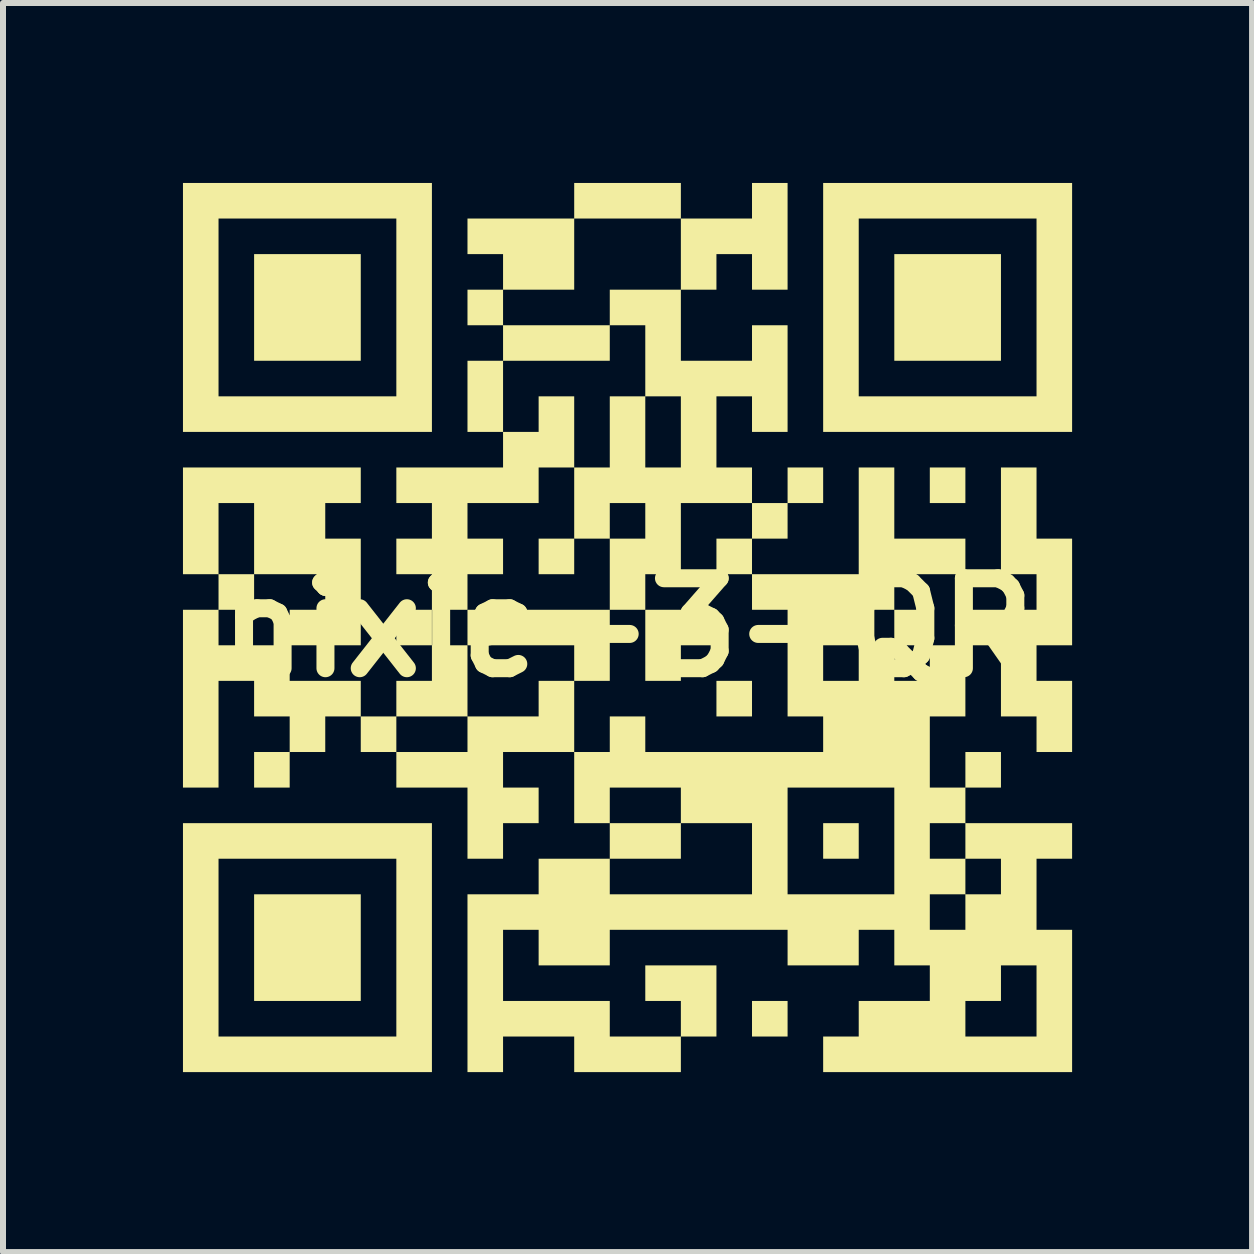
<source format=kicad_pcb>
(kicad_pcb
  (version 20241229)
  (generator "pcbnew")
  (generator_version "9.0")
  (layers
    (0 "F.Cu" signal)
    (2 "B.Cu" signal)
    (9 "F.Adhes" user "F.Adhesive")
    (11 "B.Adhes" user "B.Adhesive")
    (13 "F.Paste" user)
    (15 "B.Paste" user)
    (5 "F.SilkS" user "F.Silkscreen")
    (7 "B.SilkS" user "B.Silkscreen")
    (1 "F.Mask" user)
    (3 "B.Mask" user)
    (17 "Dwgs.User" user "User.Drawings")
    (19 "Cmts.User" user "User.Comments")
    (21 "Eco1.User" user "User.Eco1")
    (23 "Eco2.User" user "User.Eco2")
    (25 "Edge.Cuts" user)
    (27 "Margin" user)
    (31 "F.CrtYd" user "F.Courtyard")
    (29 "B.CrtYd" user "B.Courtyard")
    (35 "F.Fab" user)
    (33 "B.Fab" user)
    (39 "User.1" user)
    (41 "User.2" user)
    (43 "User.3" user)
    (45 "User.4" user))
  (footprint "nixie-3-QR"
    (layer "F.Cu")
    (at 7.411 7.411)
    (property "Reference" "nixie-3-QR" (at 0 0 0) (layer "F.SilkS") (effects (font (size 1.5 1.5) (thickness 0.3))))
    (attr board_only exclude_from_pos_files exclude_from_bom)
    (fp_poly (pts (xy -4.447 -5.336) (xy -4.447 -4.447) (xy -5.336 -4.447) (xy -6.225 -4.447) (xy -6.225 -5.336) (xy -6.225 -6.225) (xy -5.336 -6.225) (xy -4.447 -6.225)) (stroke (width 0) (type solid)) (fill yes) (layer "F.SilkS"))
    (fp_poly (pts (xy -4.447 5.336) (xy -4.447 6.225) (xy -5.336 6.225) (xy -6.225 6.225) (xy -6.225 5.336) (xy -6.225 4.447) (xy -5.336 4.447) (xy -4.447 4.447)) (stroke (width 0) (type solid)) (fill yes) (layer "F.SilkS"))
    (fp_poly (pts (xy -0.889 -1.186) (xy -0.889 -0.889) (xy -1.186 -0.889) (xy -1.482 -0.889) (xy -1.482 -1.186) (xy -1.482 -1.482) (xy -1.186 -1.482) (xy -0.889 -1.482)) (stroke (width 0) (type solid)) (fill yes) (layer "F.SilkS"))
    (fp_poly (pts (xy 2.075 1.186) (xy 2.075 1.482) (xy 1.779 1.482) (xy 1.482 1.482) (xy 1.482 1.186) (xy 1.482 0.889) (xy 1.779 0.889) (xy 2.075 0.889)) (stroke (width 0) (type solid)) (fill yes) (layer "F.SilkS"))
    (fp_poly (pts (xy 2.668 6.522) (xy 2.668 6.818) (xy 2.371 6.818) (xy 2.075 6.818) (xy 2.075 6.522) (xy 2.075 6.225) (xy 2.371 6.225) (xy 2.668 6.225)) (stroke (width 0) (type solid)) (fill yes) (layer "F.SilkS"))
    (fp_poly (pts (xy 3.854 3.557) (xy 3.854 3.854) (xy 3.557 3.854) (xy 3.261 3.854) (xy 3.261 3.557) (xy 3.261 3.261) (xy 3.557 3.261) (xy 3.854 3.261)) (stroke (width 0) (type solid)) (fill yes) (layer "F.SilkS"))
    (fp_poly (pts (xy 5.632 -2.371) (xy 5.632 -2.075) (xy 5.336 -2.075) (xy 5.039 -2.075) (xy 5.039 -2.371) (xy 5.039 -2.668) (xy 5.336 -2.668) (xy 5.632 -2.668)) (stroke (width 0) (type solid)) (fill yes) (layer "F.SilkS"))
    (fp_poly (pts (xy 6.225 -5.336) (xy 6.225 -4.447) (xy 5.336 -4.447) (xy 4.447 -4.447) (xy 4.447 -5.336) (xy 4.447 -6.225) (xy 5.336 -6.225) (xy 6.225 -6.225)) (stroke (width 0) (type solid)) (fill yes) (layer "F.SilkS"))
    (fp_poly (pts (xy -0.296 0.296) (xy -0.296 0.889) (xy -0.593 0.889) (xy -0.889 0.889) (xy -0.889 0.593) (xy -0.889 0.296) (xy -1.779 0.296) (xy -2.668 0.296) (xy -2.668 0) (xy -2.668 -0.296) (xy -1.482 -0.296) (xy -0.296 -0.296)) (stroke (width 0) (type solid)) (fill yes) (layer "F.SilkS"))
    (fp_poly (pts (xy 1.482 0) (xy 1.482 0.296) (xy 1.186 0.296) (xy 0.889 0.296) (xy 0.889 0.593) (xy 0.889 0.889) (xy 0.593 0.889) (xy 0.296 0.889) (xy 0.296 0.296) (xy 0.296 -0.296) (xy 0.889 -0.296) (xy 1.482 -0.296)) (stroke (width 0) (type solid)) (fill yes) (layer "F.SilkS"))
    (fp_poly (pts (xy -3.261 -5.336) (xy -3.261 -3.261) (xy -5.336 -3.261) (xy -7.411 -3.261) (xy -7.411 -5.336) (xy -7.411 -6.818) (xy -6.818 -6.818) (xy -6.818 -5.336) (xy -6.818 -3.854) (xy -5.336 -3.854) (xy -3.854 -3.854) (xy -3.854 -5.336) (xy -3.854 -6.818) (xy -5.336 -6.818) (xy -6.818 -6.818) (xy -7.411 -6.818) (xy -7.411 -7.411) (xy -5.336 -7.411) (xy -3.261 -7.411)) (stroke (width 0) (type solid)) (fill yes) (layer "F.SilkS"))
    (fp_poly (pts (xy -3.261 5.336) (xy -3.261 7.411) (xy -5.336 7.411) (xy -7.411 7.411) (xy -7.411 5.336) (xy -7.411 3.854) (xy -6.818 3.854) (xy -6.818 5.336) (xy -6.818 6.818) (xy -5.336 6.818) (xy -3.854 6.818) (xy -3.854 5.336) (xy -3.854 3.854) (xy -5.336 3.854) (xy -6.818 3.854) (xy -7.411 3.854) (xy -7.411 3.261) (xy -5.336 3.261) (xy -3.261 3.261)) (stroke (width 0) (type solid)) (fill yes) (layer "F.SilkS"))
    (fp_poly (pts (xy 7.411 -5.336) (xy 7.411 -3.261) (xy 5.336 -3.261) (xy 3.261 -3.261) (xy 3.261 -5.336) (xy 3.261 -6.818) (xy 3.854 -6.818) (xy 3.854 -5.336) (xy 3.854 -3.854) (xy 5.336 -3.854) (xy 6.818 -3.854) (xy 6.818 -5.336) (xy 6.818 -6.818) (xy 5.336 -6.818) (xy 3.854 -6.818) (xy 3.261 -6.818) (xy 3.261 -7.411) (xy 5.336 -7.411) (xy 7.411 -7.411)) (stroke (width 0) (type solid)) (fill yes) (layer "F.SilkS"))
    (fp_poly (pts (xy 0.889 -7.114) (xy 0.889 -6.818) (xy 1.482 -6.818) (xy 2.075 -6.818) (xy 2.075 -7.114) (xy 2.075 -7.411) (xy 2.371 -7.411) (xy 2.668 -7.411) (xy 2.668 -6.522) (xy 2.668 -5.632) (xy 2.371 -5.632) (xy 2.075 -5.632) (xy 2.075 -5.929) (xy 2.075 -6.225) (xy 1.779 -6.225) (xy 1.482 -6.225) (xy 1.482 -5.929) (xy 1.482 -5.632) (xy 1.186 -5.632) (xy 0.889 -5.632) (xy 0.889 -5.039) (xy 0.889 -4.447) (xy 1.482 -4.447) (xy 2.075 -4.447) (xy 2.075 -4.743) (xy 2.075 -5.039) (xy 2.371 -5.039) (xy 2.668 -5.039) (xy 2.668 -4.15) (xy 2.668 -3.261) (xy 2.371 -3.261) (xy 2.075 -3.261) (xy 2.075 -3.557) (xy 2.075 -3.854) (xy 1.779 -3.854) (xy 1.482 -3.854) (xy 1.482 -3.261) (xy 1.482 -2.668) (xy 1.779 -2.668) (xy 2.075 -2.668) (xy 2.075 -2.371) (xy 2.075 -2.075) (xy 2.371 -2.075) (xy 2.668 -2.075) (xy 2.668 -2.371) (xy 2.668 -2.668) (xy 2.964 -2.668) (xy 3.261 -2.668) (xy 3.261 -2.371) (xy 3.261 -2.075) (xy 2.964 -2.075) (xy 2.668 -2.075) (xy 2.668 -1.779) (xy 2.668 -1.482) (xy 2.371 -1.482) (xy 2.075 -1.482) (xy 2.075 -1.186) (xy 2.075 -0.889) (xy 2.964 -0.889) (xy 3.854 -0.889) (xy 3.854 -1.779) (xy 3.854 -2.668) (xy 4.15 -2.668) (xy 4.447 -2.668) (xy 4.447 -2.075) (xy 4.447 -1.482) (xy 5.039 -1.482) (xy 5.632 -1.482) (xy 5.632 -1.186) (xy 5.632 -0.889) (xy 5.039 -0.889) (xy 4.447 -0.889) (xy 4.447 -0.593) (xy 4.447 -0.296) (xy 4.15 -0.296) (xy 3.854 -0.296) (xy 3.854 0) (xy 3.854 0.296) (xy 3.557 0.296) (xy 3.261 0.296) (xy 3.261 0.593) (xy 3.261 0.889) (xy 3.557 0.889) (xy 3.854 0.889) (xy 3.854 0.593) (xy 3.854 0.296) (xy 4.15 0.296) (xy 4.447 0.296) (xy 4.447 0.593) (xy 4.447 0.889) (xy 4.743 0.889) (xy 5.039 0.889) (xy 5.039 0.593) (xy 5.039 0.296) (xy 4.743 0.296) (xy 4.447 0.296) (xy 4.447 0) (xy 4.447 -0.296) (xy 4.743 -0.296) (xy 5.039 -0.296) (xy 5.039 0) (xy 5.039 0.296) (xy 5.336 0.296) (xy 5.632 0.296) (xy 5.632 0) (xy 5.632 -0.296) (xy 6.225 -0.296) (xy 6.818 -0.296) (xy 6.818 -0.593) (xy 6.818 -0.889) (xy 6.522 -0.889) (xy 6.225 -0.889) (xy 6.225 -1.779) (xy 6.225 -2.668) (xy 6.522 -2.668) (xy 6.818 -2.668) (xy 6.818 -2.075) (xy 6.818 -1.482) (xy 7.114 -1.482) (xy 7.411 -1.482) (xy 7.411 -0.593) (xy 7.411 0.296) (xy 7.114 0.296) (xy 6.818 0.296) (xy 6.818 0.593) (xy 6.818 0.889) (xy 7.114 0.889) (xy 7.411 0.889) (xy 7.411 1.482) (xy 7.411 2.075) (xy 7.114 2.075) (xy 6.818 2.075) (xy 6.818 1.779) (xy 6.818 1.482) (xy 6.522 1.482) (xy 6.225 1.482) (xy 6.225 0.889) (xy 6.225 0.296) (xy 5.929 0.296) (xy 5.632 0.296) (xy 5.632 0.889) (xy 5.632 1.482) (xy 5.336 1.482) (xy 5.039 1.482) (xy 5.039 2.075) (xy 5.039 2.668) (xy 5.336 2.668) (xy 5.632 2.668) (xy 5.632 2.371) (xy 5.632 2.075) (xy 5.929 2.075) (xy 6.225 2.075) (xy 6.225 2.371) (xy 6.225 2.668) (xy 5.929 2.668) (xy 5.632 2.668) (xy 5.632 2.964) (xy 5.632 3.261) (xy 5.336 3.261) (xy 5.039 3.261) (xy 5.039 3.557) (xy 5.039 3.854) (xy 5.336 3.854) (xy 5.632 3.854) (xy 5.632 3.557) (xy 5.632 3.261) (xy 6.522 3.261) (xy 7.411 3.261) (xy 7.411 3.557) (xy 7.411 3.854) (xy 7.114 3.854) (xy 6.818 3.854) (xy 6.818 4.447) (xy 6.818 5.039) (xy 7.114 5.039) (xy 7.411 5.039) (xy 7.411 6.225) (xy 7.411 7.411) (xy 5.336 7.411) (xy 3.261 7.411) (xy 3.261 7.114) (xy 3.261 6.818) (xy 3.557 6.818) (xy 3.854 6.818) (xy 5.632 6.818) (xy 6.225 6.818) (xy 6.818 6.818) (xy 6.818 6.225) (xy 6.818 5.632) (xy 6.522 5.632) (xy 6.225 5.632) (xy 6.225 5.929) (xy 6.225 6.225) (xy 5.929 6.225) (xy 5.632 6.225) (xy 5.632 6.522) (xy 5.632 6.818) (xy 3.854 6.818) (xy 3.854 6.522) (xy 3.854 6.225) (xy 4.447 6.225) (xy 5.039 6.225) (xy 5.039 5.929) (xy 5.039 5.632) (xy 4.743 5.632) (xy 4.447 5.632) (xy 4.447 5.336) (xy 4.447 5.039) (xy 5.039 5.039) (xy 5.336 5.039) (xy 5.632 5.039) (xy 5.632 4.743) (xy 5.632 4.447) (xy 5.929 4.447) (xy 6.225 4.447) (xy 6.225 4.15) (xy 6.225 3.854) (xy 5.929 3.854) (xy 5.632 3.854) (xy 5.632 4.15) (xy 5.632 4.447) (xy 5.336 4.447) (xy 5.039 4.447) (xy 5.039 4.743) (xy 5.039 5.039) (xy 4.447 5.039) (xy 4.15 5.039) (xy 3.854 5.039) (xy 3.854 5.336) (xy 3.854 5.632) (xy 3.261 5.632) (xy 2.668 5.632) (xy 2.668 5.336) (xy 2.668 5.039) (xy 1.186 5.039) (xy -0.296 5.039) (xy -0.296 5.336) (xy -0.296 5.632) (xy -0.889 5.632) (xy -1.482 5.632) (xy -1.482 5.336) (xy -1.482 5.039) (xy -1.779 5.039) (xy -2.075 5.039) (xy -2.075 5.632) (xy -2.075 6.225) (xy -1.186 6.225) (xy -0.296 6.225) (xy -0.296 6.522) (xy -0.296 6.818) (xy 0.296 6.818) (xy 0.889 6.818) (xy 0.889 6.522) (xy 0.889 6.225) (xy 0.593 6.225) (xy 0.296 6.225) (xy 0.296 5.929) (xy 0.296 5.632) (xy 0.889 5.632) (xy 1.482 5.632) (xy 1.482 6.225) (xy 1.482 6.818) (xy 1.186 6.818) (xy 0.889 6.818) (xy 0.889 7.114) (xy 0.889 7.411) (xy 0 7.411) (xy -0.889 7.411) (xy -0.889 7.114) (xy -0.889 6.818) (xy -1.482 6.818) (xy -2.075 6.818) (xy -2.075 7.114) (xy -2.075 7.411) (xy -2.371 7.411) (xy -2.668 7.411) (xy -2.668 5.929) (xy -2.668 4.447) (xy -2.075 4.447) (xy -1.482 4.447) (xy -0.296 4.447) (xy 0.889 4.447) (xy 2.075 4.447) (xy 2.075 3.854) (xy 2.075 3.261) (xy 1.482 3.261) (xy 0.889 3.261) (xy 0.889 3.557) (xy 0.889 3.854) (xy 0.296 3.854) (xy -0.296 3.854) (xy -0.296 4.15) (xy -0.296 4.447) (xy -1.482 4.447) (xy -1.482 4.15) (xy -1.482 3.854) (xy -0.889 3.854) (xy -0.296 3.854) (xy -0.296 3.557) (xy -0.296 3.261) (xy -0.593 3.261) (xy -0.889 3.261) (xy -0.889 2.668) (xy -0.296 2.668) (xy -0.296 2.964) (xy -0.296 3.261) (xy 0.296 3.261) (xy 0.889 3.261) (xy 0.889 2.964) (xy 0.889 2.668) (xy 2.668 2.668) (xy 2.668 3.557) (xy 2.668 4.447) (xy 3.557 4.447) (xy 4.447 4.447) (xy 4.447 3.557) (xy 4.447 2.668) (xy 3.557 2.668) (xy 2.668 2.668) (xy 0.889 2.668) (xy 0.296 2.668) (xy -0.296 2.668) (xy -0.889 2.668) (xy -0.889 2.075) (xy -1.482 2.075) (xy -2.075 2.075) (xy -2.075 2.371) (xy -2.075 2.668) (xy -1.779 2.668) (xy -1.482 2.668) (xy -1.482 2.964) (xy -1.482 3.261) (xy -1.779 3.261) (xy -2.075 3.261) (xy -2.075 3.557) (xy -2.075 3.854) (xy -2.371 3.854) (xy -2.668 3.854) (xy -2.668 3.261) (xy -2.668 2.668) (xy -3.261 2.668) (xy -3.854 2.668) (xy -3.854 2.371) (xy -3.854 2.075) (xy -4.15 2.075) (xy -4.447 2.075) (xy -4.447 1.779) (xy -4.447 1.482) (xy -4.743 1.482) (xy -5.039 1.482) (xy -5.039 1.779) (xy -5.039 2.075) (xy -5.336 2.075) (xy -5.632 2.075) (xy -5.632 2.371) (xy -5.632 2.668) (xy -5.929 2.668) (xy -6.225 2.668) (xy -6.225 2.371) (xy -6.225 2.075) (xy -5.929 2.075) (xy -5.632 2.075) (xy -5.632 1.779) (xy -5.632 1.482) (xy -5.929 1.482) (xy -6.225 1.482) (xy -6.225 1.186) (xy -6.225 0.889) (xy -6.522 0.889) (xy -6.818 0.889) (xy -6.818 1.779) (xy -6.818 2.668) (xy -7.114 2.668) (xy -7.411 2.668) (xy -7.411 1.186) (xy -7.411 0.296) (xy -6.818 0.296) (xy -6.225 0.296) (xy -5.632 0.296) (xy -5.632 0) (xy -5.632 -0.296) (xy -5.336 -0.296) (xy -5.039 -0.296) (xy -5.039 -0.593) (xy -5.039 -0.889) (xy -5.632 -0.889) (xy -6.225 -0.889) (xy -6.225 -0.593) (xy -6.225 -0.296) (xy -6.522 -0.296) (xy -6.818 -0.296) (xy -6.818 0) (xy -6.818 0.296) (xy -7.411 0.296) (xy -7.411 -0.296) (xy -7.114 -0.296) (xy -6.818 -0.296) (xy -6.818 -0.593) (xy -6.818 -0.889) (xy -7.114 -0.889) (xy -7.411 -0.889) (xy -7.411 -1.779) (xy -7.411 -2.075) (xy -6.818 -2.075) (xy -6.818 -1.482) (xy -6.818 -0.889) (xy -6.522 -0.889) (xy -6.225 -0.889) (xy -6.225 -1.482) (xy -6.225 -2.075) (xy -6.522 -2.075) (xy -6.818 -2.075) (xy -7.411 -2.075) (xy -7.411 -2.668) (xy -5.929 -2.668) (xy -4.447 -2.668) (xy -4.447 -2.371) (xy -4.447 -2.075) (xy -4.743 -2.075) (xy -5.039 -2.075) (xy -5.039 -1.779) (xy -5.039 -1.482) (xy -4.743 -1.482) (xy -4.447 -1.482) (xy -4.447 -0.593) (xy -4.447 0.296) (xy -5.039 0.296) (xy -5.632 0.296) (xy -5.632 0.593) (xy -5.632 0.889) (xy -5.039 0.889) (xy -4.447 0.889) (xy -4.447 1.186) (xy -4.447 1.482) (xy -4.15 1.482) (xy -3.854 1.482) (xy -3.854 1.186) (xy -3.854 0.889) (xy -3.557 0.889) (xy -3.261 0.889) (xy -3.261 0.593) (xy -3.261 0.296) (xy -2.964 0.296) (xy -2.668 0.296) (xy -2.668 0.889) (xy -2.668 1.482) (xy -3.261 1.482) (xy -3.854 1.482) (xy -3.854 1.779) (xy -3.854 2.075) (xy -3.261 2.075) (xy -2.668 2.075) (xy -2.668 1.779) (xy -2.668 1.482) (xy -2.075 1.482) (xy -1.482 1.482) (xy -1.482 1.186) (xy -1.482 0.889) (xy -1.186 0.889) (xy -0.889 0.889) (xy -0.889 1.482) (xy -0.889 2.075) (xy -0.593 2.075) (xy -0.296 2.075) (xy -0.296 1.779) (xy -0.296 1.482) (xy 0 1.482) (xy 0.296 1.482) (xy 0.296 1.779) (xy 0.296 2.075) (xy 1.779 2.075) (xy 3.261 2.075) (xy 3.261 1.779) (xy 3.261 1.482) (xy 2.964 1.482) (xy 2.668 1.482) (xy 2.668 0.593) (xy 2.668 -0.296) (xy 2.371 -0.296) (xy 2.075 -0.296) (xy 2.075 -0.593) (xy 2.075 -0.889) (xy 1.779 -0.889) (xy 1.482 -0.889) (xy 1.482 -1.186) (xy 1.482 -1.482) (xy 1.779 -1.482) (xy 2.075 -1.482) (xy 2.075 -1.779) (xy 2.075 -2.075) (xy 1.482 -2.075) (xy 0.889 -2.075) (xy 0.889 -1.482) (xy 0.889 -0.889) (xy 0.593 -0.889) (xy 0.296 -0.889) (xy 0.296 -0.593) (xy 0.296 -0.296) (xy 0 -0.296) (xy -0.296 -0.296) (xy -0.296 -0.889) (xy -0.296 -1.482) (xy 0 -1.482) (xy 0.296 -1.482) (xy 0.296 -1.779) (xy 0.296 -2.075) (xy 0 -2.075) (xy -0.296 -2.075) (xy -0.296 -1.779) (xy -0.296 -1.482) (xy -0.593 -1.482) (xy -0.889 -1.482) (xy -0.889 -2.075) (xy -0.889 -2.668) (xy -0.593 -2.668) (xy -0.296 -2.668) (xy -0.296 -3.261) (xy -0.296 -3.854) (xy 0 -3.854) (xy 0.296 -3.854) (xy 0.296 -3.261) (xy 0.296 -2.668) (xy 0.593 -2.668) (xy 0.889 -2.668) (xy 0.889 -3.261) (xy 0.889 -3.854) (xy 0.593 -3.854) (xy 0.296 -3.854) (xy 0.296 -4.447) (xy 0.296 -5.039) (xy 0 -5.039) (xy -0.296 -5.039) (xy -0.296 -4.743) (xy -0.296 -4.447) (xy -1.186 -4.447) (xy -2.075 -4.447) (xy -2.075 -3.854) (xy -2.075 -3.261) (xy -1.779 -3.261) (xy -1.482 -3.261) (xy -1.482 -3.557) (xy -1.482 -3.854) (xy -1.186 -3.854) (xy -0.889 -3.854) (xy -0.889 -3.261) (xy -0.889 -2.668) (xy -1.186 -2.668) (xy -1.482 -2.668) (xy -1.482 -2.371) (xy -1.482 -2.075) (xy -2.075 -2.075) (xy -2.668 -2.075) (xy -2.668 -1.779) (xy -2.668 -1.482) (xy -2.371 -1.482) (xy -2.075 -1.482) (xy -2.075 -1.186) (xy -2.075 -0.889) (xy -2.371 -0.889) (xy -2.668 -0.889) (xy -2.668 -0.593) (xy -2.668 -0.296) (xy -2.964 -0.296) (xy -3.261 -0.296) (xy -3.261 0) (xy -3.261 0.296) (xy -3.557 0.296) (xy -3.854 0.296) (xy -3.854 0) (xy -3.854 -0.296) (xy -3.557 -0.296) (xy -3.261 -0.296) (xy -3.261 -0.593) (xy -3.261 -0.889) (xy -3.557 -0.889) (xy -3.854 -0.889) (xy -3.854 -1.186) (xy -3.854 -1.482) (xy -3.557 -1.482) (xy -3.261 -1.482) (xy -3.261 -1.779) (xy -3.261 -2.075) (xy -3.557 -2.075) (xy -3.854 -2.075) (xy -3.854 -2.371) (xy -3.854 -2.668) (xy -2.964 -2.668) (xy -2.075 -2.668) (xy -2.075 -2.964) (xy -2.075 -3.261) (xy -2.371 -3.261) (xy -2.668 -3.261) (xy -2.668 -3.854) (xy -2.668 -4.447) (xy -2.371 -4.447) (xy -2.075 -4.447) (xy -2.075 -4.743) (xy -2.075 -5.039) (xy -1.186 -5.039) (xy -0.296 -5.039) (xy -0.296 -5.336) (xy -0.296 -5.632) (xy 0.296 -5.632) (xy 0.889 -5.632) (xy 0.889 -6.225) (xy 0.889 -6.818) (xy 0 -6.818) (xy -0.889 -6.818) (xy -0.889 -6.225) (xy -0.889 -5.632) (xy -1.482 -5.632) (xy -2.075 -5.632) (xy -2.075 -5.336) (xy -2.075 -5.039) (xy -2.371 -5.039) (xy -2.668 -5.039) (xy -2.668 -5.336) (xy -2.668 -5.632) (xy -2.371 -5.632) (xy -2.075 -5.632) (xy -2.075 -5.929) (xy -2.075 -6.225) (xy -2.371 -6.225) (xy -2.668 -6.225) (xy -2.668 -6.522) (xy -2.668 -6.818) (xy -1.779 -6.818) (xy -0.889 -6.818) (xy -0.889 -7.114) (xy -0.889 -7.411) (xy 0 -7.411) (xy 0.889 -7.411)) (stroke (width 0) (type solid)) (fill yes) (layer "F.SilkS")))
  (gr_rect
    (start -3 -3)
    (end 17.822 17.822)
    (stroke (width 0.1) (type default))
    (fill no)
    (layer "Edge.Cuts")))
</source>
